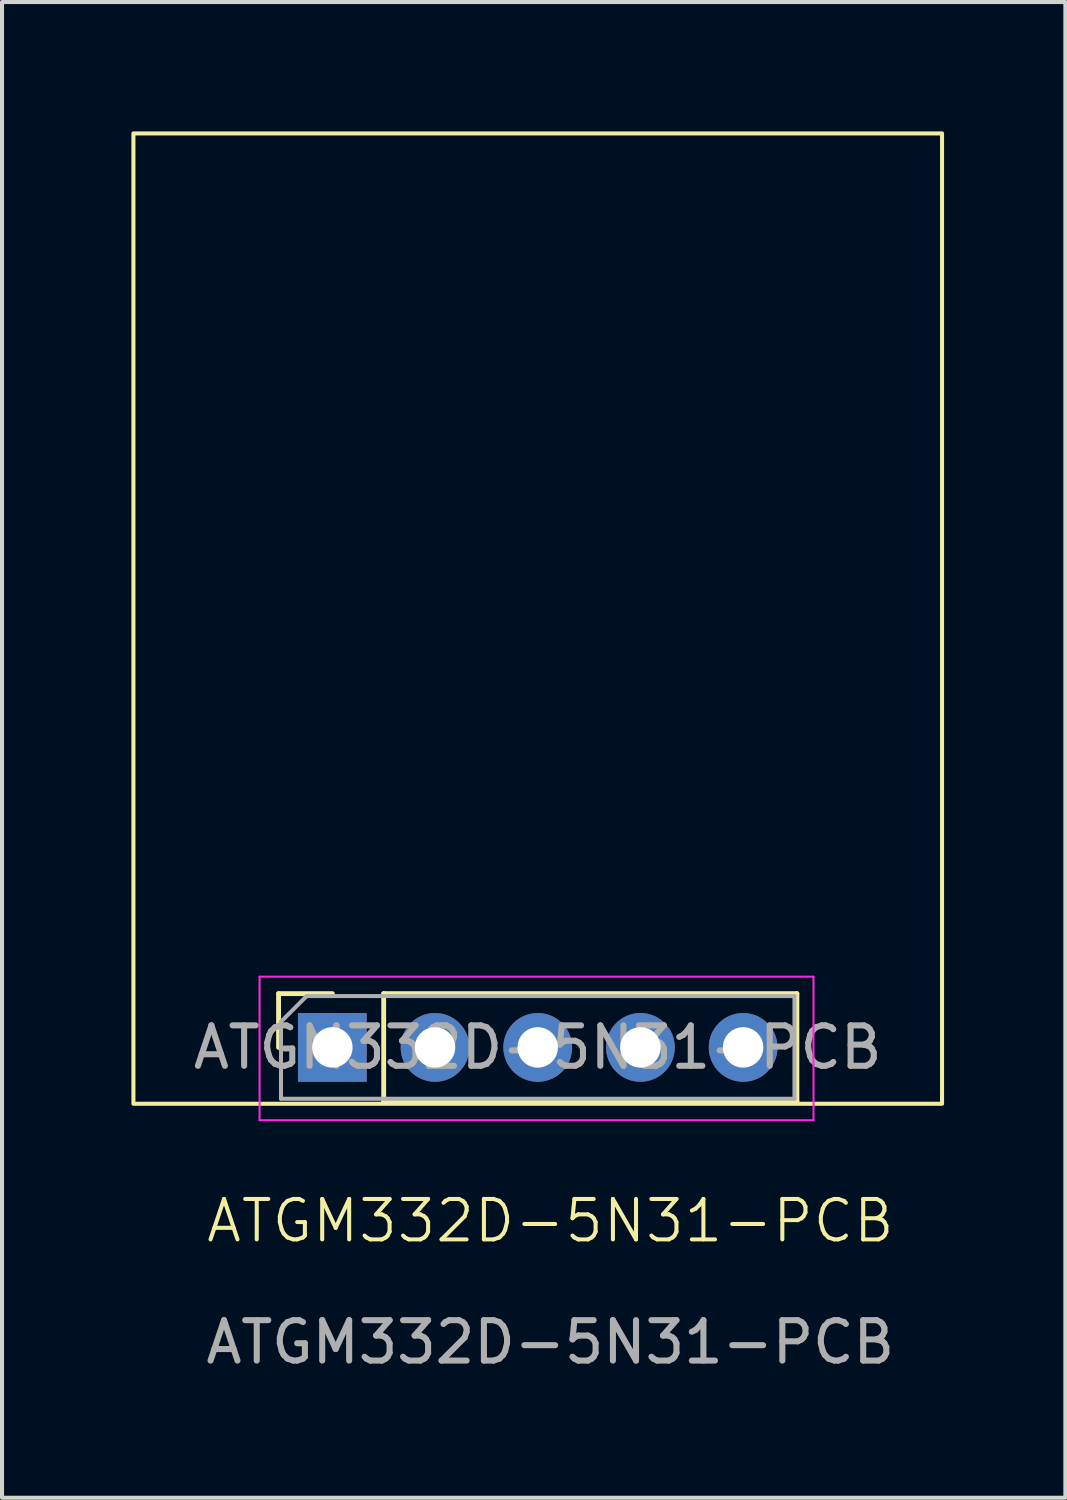
<source format=kicad_pcb>
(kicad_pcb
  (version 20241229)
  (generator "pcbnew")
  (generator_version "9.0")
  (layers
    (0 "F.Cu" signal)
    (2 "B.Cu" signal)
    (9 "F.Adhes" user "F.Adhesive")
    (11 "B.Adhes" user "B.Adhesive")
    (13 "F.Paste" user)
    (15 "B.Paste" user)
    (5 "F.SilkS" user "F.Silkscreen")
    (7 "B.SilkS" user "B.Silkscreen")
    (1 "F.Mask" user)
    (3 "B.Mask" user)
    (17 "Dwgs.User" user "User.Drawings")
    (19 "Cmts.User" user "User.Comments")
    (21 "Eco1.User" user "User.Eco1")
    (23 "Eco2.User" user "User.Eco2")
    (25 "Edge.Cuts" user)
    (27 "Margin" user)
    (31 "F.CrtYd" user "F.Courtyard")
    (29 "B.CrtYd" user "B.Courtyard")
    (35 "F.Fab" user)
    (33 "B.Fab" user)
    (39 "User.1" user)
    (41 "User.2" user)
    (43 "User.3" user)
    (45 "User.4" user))
  (footprint "ATGM332D-5N31-PCB"
    (layer "F.Cu")
    (at 0.25 0.25)
    (property "Reference" "ATGM332D-5N31-PCB" (at 10.312 26.897 0) (unlocked yes) (layer "F.SilkS") (effects (font (size 1 1) (thickness 0.1))))
    (attr through_hole)
    (fp_line (start 3.59 21.276) (end 4.92 21.276) (stroke (width 0.12) (type solid)) (layer "F.SilkS"))
    (fp_line (start 3.59 22.606) (end 3.59 21.276) (stroke (width 0.12) (type solid)) (layer "F.SilkS"))
    (fp_line (start 6.19 21.276) (end 16.41 21.276) (stroke (width 0.12) (type solid)) (layer "F.SilkS"))
    (fp_line (start 6.19 23.936) (end 6.19 21.276) (stroke (width 0.12) (type solid)) (layer "F.SilkS"))
    (fp_line (start 6.19 23.936) (end 16.41 23.936) (stroke (width 0.12) (type solid)) (layer "F.SilkS"))
    (fp_line (start 16.41 23.936) (end 16.41 21.276) (stroke (width 0.12) (type solid)) (layer "F.SilkS"))
    (fp_rect (start 0 0) (end 20 24) (stroke (width 0.1) (type default)) (fill no) (layer "F.SilkS"))
    (fp_line (start 3.12 20.856) (end 16.82 20.856) (stroke (width 0.05) (type solid)) (layer "F.CrtYd"))
    (fp_line (start 3.12 24.406) (end 3.12 20.856) (stroke (width 0.05) (type solid)) (layer "F.CrtYd"))
    (fp_line (start 16.82 20.856) (end 16.82 24.406) (stroke (width 0.05) (type solid)) (layer "F.CrtYd"))
    (fp_line (start 16.82 24.406) (end 3.12 24.406) (stroke (width 0.05) (type solid)) (layer "F.CrtYd"))
    (fp_line (start 3.65 21.971) (end 4.285 21.336) (stroke (width 0.1) (type solid)) (layer "F.Fab"))
    (fp_line (start 3.65 23.876) (end 3.65 21.971) (stroke (width 0.1) (type solid)) (layer "F.Fab"))
    (fp_line (start 4.285 21.336) (end 16.35 21.336) (stroke (width 0.1) (type solid)) (layer "F.Fab"))
    (fp_line (start 16.35 21.336) (end 16.35 23.876) (stroke (width 0.1) (type solid)) (layer "F.Fab"))
    (fp_line (start 16.35 23.876) (end 3.65 23.876) (stroke (width 0.1) (type solid)) (layer "F.Fab"))
    (fp_text user "${REFERENCE}" (at 10 22.606 180) (layer "F.Fab") (effects (font (size 1 1) (thickness 0.15))))
    (fp_text user "${REFERENCE}" (at 10.312 29.897 0) (unlocked yes) (layer "F.Fab") (effects (font (size 1 1) (thickness 0.15))))
    (pad "1" thru_hole rect (at 4.92 22.606 90) (size 1.7 1.7) (drill 1) (layers "*.Cu" "*.Mask"))
    (pad "2" thru_hole oval (at 7.46 22.606 90) (size 1.7 1.7) (drill 1) (layers "*.Cu" "*.Mask"))
    (pad "3" thru_hole oval (at 10 22.606 90) (size 1.7 1.7) (drill 1) (layers "*.Cu" "*.Mask"))
    (pad "4" thru_hole oval (at 12.54 22.606 90) (size 1.7 1.7) (drill 1) (layers "*.Cu" "*.Mask"))
    (pad "5" thru_hole oval (at 15.08 22.606 90) (size 1.7 1.7) (drill 1) (layers "*.Cu" "*.Mask")))
  (gr_rect
    (start -3 -3)
    (end 23.3 33.995)
    (stroke (width 0.1) (type default))
    (fill no)
    (layer "Edge.Cuts")))
</source>
